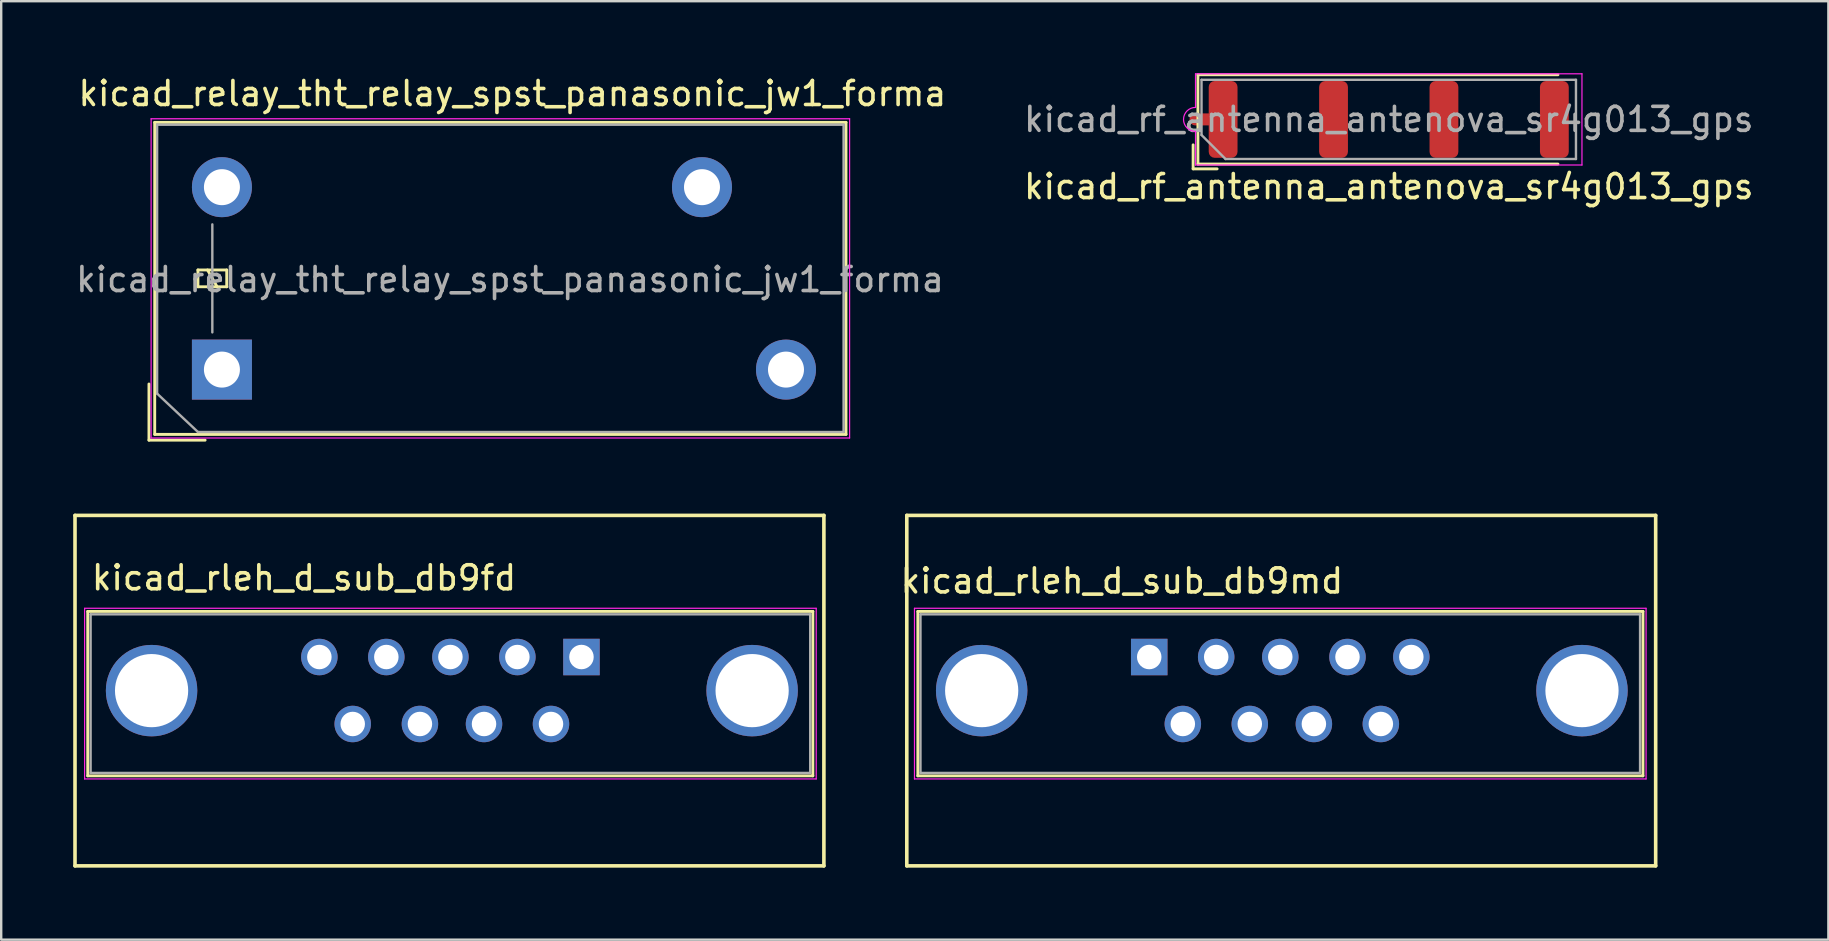
<source format=kicad_pcb>
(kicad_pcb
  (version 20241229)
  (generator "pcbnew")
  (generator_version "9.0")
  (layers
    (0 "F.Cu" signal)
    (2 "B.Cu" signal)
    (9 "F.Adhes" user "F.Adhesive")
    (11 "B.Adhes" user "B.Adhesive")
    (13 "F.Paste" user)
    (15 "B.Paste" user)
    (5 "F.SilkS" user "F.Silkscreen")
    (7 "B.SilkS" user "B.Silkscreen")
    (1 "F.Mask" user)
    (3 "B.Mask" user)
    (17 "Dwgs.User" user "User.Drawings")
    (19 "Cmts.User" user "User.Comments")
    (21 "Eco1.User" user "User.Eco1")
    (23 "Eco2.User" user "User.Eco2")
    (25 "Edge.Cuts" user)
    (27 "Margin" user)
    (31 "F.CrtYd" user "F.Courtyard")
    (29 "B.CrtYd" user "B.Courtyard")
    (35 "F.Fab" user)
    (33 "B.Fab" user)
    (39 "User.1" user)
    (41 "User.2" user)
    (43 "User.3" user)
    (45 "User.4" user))
  (footprint "kicad_rf_antenna_antenova_sr4g013_gps"
    (layer "F.Cu")
    (at 54.808 1.925)
    (property "Reference" "kicad_rf_antenna_antenova_sr4g013_gps" (at 0 2.8 180) (layer "F.SilkS") (effects (font (size 1 1) (thickness 0.15))))
    (attr smd)
    (fp_line (start -8.05 0) (end -6.9 0) (stroke (width 0.5) (type default)) (layer "F.Cu"))
    (fp_line (start -8.15 1.06) (end -8.15 2.06) (stroke (width 0.12) (type default)) (layer "F.SilkS"))
    (fp_line (start -8.15 2.06) (end -7.15 2.06) (stroke (width 0.12) (type default)) (layer "F.SilkS"))
    (fp_line (start -7.95 -1.86) (end -7.95 1.86) (stroke (width 0.12) (type default)) (layer "F.SilkS"))
    (fp_line (start -7.95 -1.86) (end 7.05 -1.86) (stroke (width 0.12) (type default)) (layer "F.SilkS"))
    (fp_line (start -7.95 1.86) (end 7.05 1.86) (stroke (width 0.12) (type default)) (layer "F.SilkS"))
    (fp_line (start -8.05 -1.9) (end -8.05 -0.5) (stroke (width 0.05) (type default)) (layer "F.CrtYd"))
    (fp_line (start -8.05 0.5) (end -8.05 1.9) (stroke (width 0.05) (type default)) (layer "F.CrtYd"))
    (fp_line (start -8.05 1.9) (end 8.05 1.9) (stroke (width 0.05) (type default)) (layer "F.CrtYd"))
    (fp_line (start 8.05 -1.9) (end -8.05 -1.9) (stroke (width 0.05) (type default)) (layer "F.CrtYd"))
    (fp_line (start 8.05 1.9) (end 8.05 -1.9) (stroke (width 0.05) (type default)) (layer "F.CrtYd"))
    (fp_arc (start -8.05 0.5) (mid -8.55 0) (end -8.05 -0.5) (stroke (width 0.05) (type default)) (layer "F.CrtYd"))
    (fp_line (start -7.8 -1.65) (end 7.8 -1.65) (stroke (width 0.1) (type default)) (layer "F.Fab"))
    (fp_line (start -7.8 0.65) (end -7.8 -1.65) (stroke (width 0.1) (type default)) (layer "F.Fab"))
    (fp_line (start -7.8 0.65) (end -6.8 1.65) (stroke (width 0.1) (type default)) (layer "F.Fab"))
    (fp_line (start 7.8 -1.65) (end 7.8 1.65) (stroke (width 0.1) (type default)) (layer "F.Fab"))
    (fp_line (start 7.8 1.65) (end -6.8 1.65) (stroke (width 0.1) (type default)) (layer "F.Fab"))
    (fp_text user "${REFERENCE}" (at 0 0 0) (layer "F.Fab") (effects (font (size 1 1) (thickness 0.15))))
    (pad "1" smd roundrect (at -6.9 0) (size 1.2 3.2) (layers "F.Cu" "F.Mask" "F.Paste") (roundrect_rratio 0.208))
    (pad "2" smd roundrect (at -8.05 0) (size 0.3 0.3) (layers "F.Cu") (roundrect_rratio 0.25))
    (pad "2" smd roundrect (at -2.3 0) (size 1.2 3.2) (layers "F.Cu" "F.Mask" "F.Paste") (roundrect_rratio 0.208))
    (pad "2" smd roundrect (at 2.3 0) (size 1.2 3.2) (layers "F.Cu" "F.Mask" "F.Paste") (roundrect_rratio 0.208))
    (pad "2" smd roundrect (at 6.9 0) (size 1.2 3.2) (layers "F.Cu" "F.Mask" "F.Paste") (roundrect_rratio 0.208))
    (zone (net_name "") (layer "F.Cu") (hatch edge 0.508) (connect_pads) (min_thickness 0.254) (filled_areas_thickness no) (keepout (tracks not_allowed) (vias not_allowed) (pads not_allowed) (copperpour not_allowed) (footprints allowed)) (placement (enabled no)) (fill) (polygon (pts (xy 47.358 0.275) (xy 48.558 0.275) (xy 48.558 3.525) (xy 48.658 3.525) (xy 48.658 0.175) (xy 47.358 0.175)))))
  (footprint "kicad_rleh_d_sub_db9md"
    (layer "F.Cu")
    (at 44.829 24.323)
    (property "Reference" "kicad_rleh_d_sub_db9md" (at -1.14 -3.17 0) (layer "F.SilkS") (effects (font (size 1 1) (thickness 0.15))))
    (attr through_hole)
    (fp_line (start -10.1 -5.9) (end -10.1 8.7) (stroke (width 0.15) (type solid)) (layer "F.SilkS"))
    (fp_line (start -10.1 -5.9) (end 21.1 -5.9) (stroke (width 0.15) (type solid)) (layer "F.SilkS"))
    (fp_line (start -10.1 8.7) (end 21.1 8.7) (stroke (width 0.15) (type solid)) (layer "F.SilkS"))
    (fp_line (start -9.64 -1.9) (end -9.64 4.95) (stroke (width 0.12) (type solid)) (layer "F.SilkS"))
    (fp_line (start -9.64 -1.9) (end 20.57 -1.9) (stroke (width 0.12) (type solid)) (layer "F.SilkS"))
    (fp_line (start 20.57 4.95) (end -9.64 4.95) (stroke (width 0.12) (type solid)) (layer "F.SilkS"))
    (fp_line (start 20.57 4.95) (end 20.57 -1.9) (stroke (width 0.12) (type solid)) (layer "F.SilkS"))
    (fp_line (start 21.1 8.7) (end 21.1 -5.9) (stroke (width 0.15) (type solid)) (layer "F.SilkS"))
    (fp_line (start -9.78 -2.03) (end -9.78 5.08) (stroke (width 0.05) (type solid)) (layer "F.CrtYd"))
    (fp_line (start -9.78 -2.03) (end 20.7 -2.03) (stroke (width 0.05) (type solid)) (layer "F.CrtYd"))
    (fp_line (start 20.7 5.08) (end -9.78 5.08) (stroke (width 0.05) (type solid)) (layer "F.CrtYd"))
    (fp_line (start 20.7 5.08) (end 20.7 -2.03) (stroke (width 0.05) (type solid)) (layer "F.CrtYd"))
    (fp_line (start -9.53 -1.78) (end -9.53 4.83) (stroke (width 0.1) (type solid)) (layer "F.Fab"))
    (fp_line (start -9.53 4.83) (end 20.45 4.83) (stroke (width 0.1) (type solid)) (layer "F.Fab"))
    (fp_line (start 20.45 -1.78) (end -9.53 -1.78) (stroke (width 0.1) (type solid)) (layer "F.Fab"))
    (fp_line (start 20.45 4.83) (end 20.45 -1.78) (stroke (width 0.1) (type solid)) (layer "F.Fab"))
    (pad "0" thru_hole circle (at -6.98 1.4) (size 3.81 3.81) (drill 3.05) (layers "*.Cu" "*.Mask"))
    (pad "0" thru_hole circle (at 18.03 1.4) (size 3.81 3.81) (drill 3.05) (layers "*.Cu" "*.Mask"))
    (pad "1" thru_hole rect (at 0 0) (size 1.52 1.52) (drill 1.02) (layers "*.Cu" "*.Mask"))
    (pad "2" thru_hole circle (at 2.79 0) (size 1.52 1.52) (drill 1.02) (layers "*.Cu" "*.Mask"))
    (pad "3" thru_hole circle (at 5.46 0) (size 1.52 1.52) (drill 1.02) (layers "*.Cu" "*.Mask"))
    (pad "4" thru_hole circle (at 8.26 0) (size 1.52 1.52) (drill 1.02) (layers "*.Cu" "*.Mask"))
    (pad "5" thru_hole circle (at 10.92 0) (size 1.52 1.52) (drill 1.02) (layers "*.Cu" "*.Mask"))
    (pad "6" thru_hole circle (at 1.4 2.79) (size 1.52 1.52) (drill 1.02) (layers "*.Cu" "*.Mask"))
    (pad "7" thru_hole circle (at 4.19 2.79) (size 1.52 1.52) (drill 1.02) (layers "*.Cu" "*.Mask"))
    (pad "8" thru_hole circle (at 6.86 2.79) (size 1.52 1.52) (drill 1.02) (layers "*.Cu" "*.Mask"))
    (pad "9" thru_hole circle (at 9.65 2.79) (size 1.52 1.52) (drill 1.02) (layers "*.Cu" "*.Mask")))
  (footprint "kicad_relay_tht_relay_spst_panasonic_jw1_forma"
    (layer "F.Cu")
    (at 6.196 12.348)
    (property "Reference" "kicad_relay_tht_relay_spst_panasonic_jw1_forma" (at 12.1 -11.5 180) (layer "F.SilkS") (effects (font (size 1 1) (thickness 0.15))))
    (attr through_hole)
    (fp_line (start -3.04 2.94) (end -3.04 0.6) (stroke (width 0.12) (type solid)) (layer "F.SilkS"))
    (fp_line (start -2.8 -10.3) (end -2.8 2.7) (stroke (width 0.12) (type solid)) (layer "F.SilkS"))
    (fp_line (start -2.8 2.7) (end 26 2.7) (stroke (width 0.12) (type solid)) (layer "F.SilkS"))
    (fp_line (start -1 -4.15) (end -1 -3.45) (stroke (width 0.12) (type solid)) (layer "F.SilkS"))
    (fp_line (start -1 -3.45) (end 0.2 -3.45) (stroke (width 0.12) (type solid)) (layer "F.SilkS"))
    (fp_line (start -0.7 2.94) (end -3.04 2.94) (stroke (width 0.12) (type solid)) (layer "F.SilkS"))
    (fp_line (start -0.2 -3.45) (end -0.6 -4.15) (stroke (width 0.12) (type solid)) (layer "F.SilkS"))
    (fp_line (start 0.2 -4.15) (end -1 -4.15) (stroke (width 0.12) (type solid)) (layer "F.SilkS"))
    (fp_line (start 0.2 -3.45) (end 0.2 -4.15) (stroke (width 0.12) (type solid)) (layer "F.SilkS"))
    (fp_line (start 26 -10.3) (end -2.8 -10.3) (stroke (width 0.12) (type solid)) (layer "F.SilkS"))
    (fp_line (start 26 2.7) (end 26 -10.3) (stroke (width 0.12) (type solid)) (layer "F.SilkS"))
    (fp_line (start -2.95 -10.45) (end -2.95 2.85) (stroke (width 0.05) (type solid)) (layer "F.CrtYd"))
    (fp_line (start -2.95 2.85) (end 26.15 2.85) (stroke (width 0.05) (type solid)) (layer "F.CrtYd"))
    (fp_line (start 26.15 -10.45) (end -2.95 -10.45) (stroke (width 0.05) (type solid)) (layer "F.CrtYd"))
    (fp_line (start 26.15 2.85) (end 26.15 -10.45) (stroke (width 0.05) (type solid)) (layer "F.CrtYd"))
    (fp_line (start -2.7 -10.2) (end -2.7 1) (stroke (width 0.1) (type solid)) (layer "F.Fab"))
    (fp_line (start -1 2.6) (end -2.7 1) (stroke (width 0.1) (type solid)) (layer "F.Fab"))
    (fp_line (start -1 2.6) (end 25.9 2.6) (stroke (width 0.1) (type solid)) (layer "F.Fab"))
    (fp_line (start -0.4 -1.55) (end -0.4 -6.05) (stroke (width 0.1) (type solid)) (layer "F.Fab"))
    (fp_line (start 25.9 -10.2) (end -2.7 -10.2) (stroke (width 0.1) (type solid)) (layer "F.Fab"))
    (fp_line (start 25.9 2.6) (end 25.9 -10.2) (stroke (width 0.1) (type solid)) (layer "F.Fab"))
    (fp_text user "${REFERENCE}" (at 12 -3.75 180) (layer "F.Fab") (effects (font (size 1 1) (thickness 0.15))))
    (pad "1" thru_hole rect (at 0 0 90) (size 2.5 2.5) (drill 1.5) (layers "*.Cu" "*.Mask"))
    (pad "4" thru_hole oval (at 23.5 0 90) (size 2.5 2.5) (drill 1.5) (layers "*.Cu" "*.Mask"))
    (pad "6" thru_hole oval (at 20 -7.6 90) (size 2.5 2.5) (drill 1.5) (layers "*.Cu" "*.Mask"))
    (pad "8" thru_hole oval (at 0 -7.6 90) (size 2.5 2.5) (drill 1.5) (layers "*.Cu" "*.Mask")))
  (footprint "kicad_rleh_d_sub_db9fd"
    (layer "F.Cu")
    (at 21.175 24.323)
    (property "Reference" "kicad_rleh_d_sub_db9fd" (at -11.56 -3.3 180) (layer "F.SilkS") (effects (font (size 1 1) (thickness 0.15))))
    (attr through_hole)
    (fp_line (start -21.1 8.7) (end -21.1 -5.9) (stroke (width 0.15) (type solid)) (layer "F.SilkS"))
    (fp_line (start -20.57 -1.9) (end -20.57 4.95) (stroke (width 0.12) (type solid)) (layer "F.SilkS"))
    (fp_line (start -20.57 -1.9) (end 9.64 -1.9) (stroke (width 0.12) (type solid)) (layer "F.SilkS"))
    (fp_line (start 9.64 4.95) (end -20.57 4.95) (stroke (width 0.12) (type solid)) (layer "F.SilkS"))
    (fp_line (start 9.64 4.95) (end 9.64 -1.9) (stroke (width 0.12) (type solid)) (layer "F.SilkS"))
    (fp_line (start 10.1 -5.9) (end -21.1 -5.9) (stroke (width 0.15) (type solid)) (layer "F.SilkS"))
    (fp_line (start 10.1 -5.9) (end 10.1 8.7) (stroke (width 0.15) (type solid)) (layer "F.SilkS"))
    (fp_line (start 10.1 8.7) (end -21.1 8.7) (stroke (width 0.15) (type solid)) (layer "F.SilkS"))
    (fp_line (start -20.7 -2.03) (end -20.7 5.08) (stroke (width 0.05) (type solid)) (layer "F.CrtYd"))
    (fp_line (start -20.7 -2.03) (end 9.78 -2.03) (stroke (width 0.05) (type solid)) (layer "F.CrtYd"))
    (fp_line (start 9.78 5.08) (end -20.7 5.08) (stroke (width 0.05) (type solid)) (layer "F.CrtYd"))
    (fp_line (start 9.78 5.08) (end 9.78 -2.03) (stroke (width 0.05) (type solid)) (layer "F.CrtYd"))
    (fp_line (start -20.45 -1.78) (end -20.45 4.83) (stroke (width 0.1) (type solid)) (layer "F.Fab"))
    (fp_line (start -20.45 4.83) (end 9.53 4.83) (stroke (width 0.1) (type solid)) (layer "F.Fab"))
    (fp_line (start 9.53 -1.78) (end -20.45 -1.78) (stroke (width 0.1) (type solid)) (layer "F.Fab"))
    (fp_line (start 9.53 4.83) (end 9.53 -1.78) (stroke (width 0.1) (type solid)) (layer "F.Fab"))
    (pad "0" thru_hole circle (at -17.91 1.4) (size 3.81 3.81) (drill 3.05) (layers "*.Cu" "*.Mask"))
    (pad "0" thru_hole circle (at 7.11 1.4) (size 3.81 3.81) (drill 3.05) (layers "*.Cu" "*.Mask"))
    (pad "1" thru_hole rect (at 0 0) (size 1.52 1.52) (drill 1.02) (layers "*.Cu" "*.Mask"))
    (pad "2" thru_hole circle (at -2.67 0) (size 1.52 1.52) (drill 1.02) (layers "*.Cu" "*.Mask"))
    (pad "3" thru_hole circle (at -5.46 0) (size 1.52 1.52) (drill 1.02) (layers "*.Cu" "*.Mask"))
    (pad "4" thru_hole circle (at -8.13 0) (size 1.52 1.52) (drill 1.02) (layers "*.Cu" "*.Mask"))
    (pad "5" thru_hole circle (at -10.92 0) (size 1.52 1.52) (drill 1.02) (layers "*.Cu" "*.Mask"))
    (pad "6" thru_hole circle (at -1.27 2.79) (size 1.52 1.52) (drill 1.02) (layers "*.Cu" "*.Mask"))
    (pad "7" thru_hole circle (at -4.06 2.79) (size 1.52 1.52) (drill 1.02) (layers "*.Cu" "*.Mask"))
    (pad "8" thru_hole circle (at -6.73 2.79) (size 1.52 1.52) (drill 1.02) (layers "*.Cu" "*.Mask"))
    (pad "9" thru_hole circle (at -9.53 2.79) (size 1.52 1.52) (drill 1.02) (layers "*.Cu" "*.Mask")))
  (gr_rect
    (start -3 -3)
    (end 73.124 36.098)
    (stroke (width 0.1) (type default))
    (fill no)
    (layer "Edge.Cuts")))
</source>
